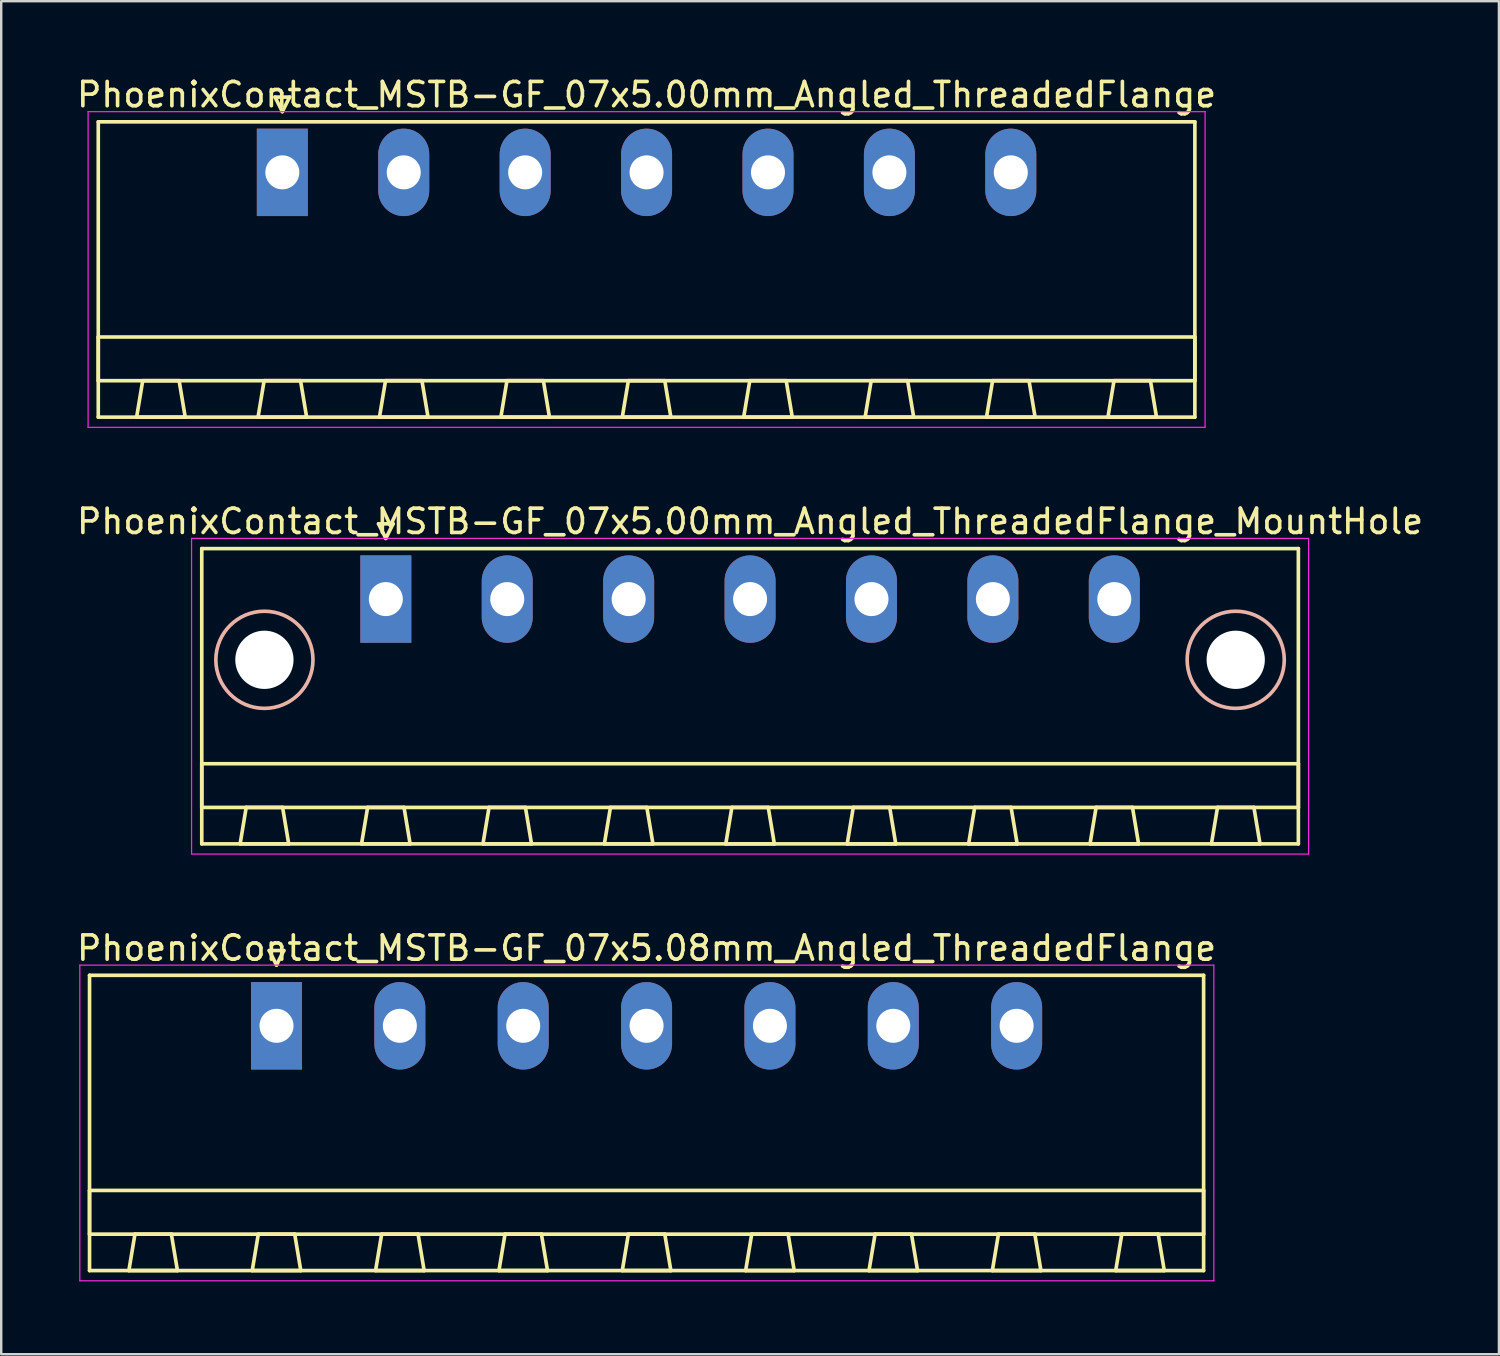
<source format=kicad_pcb>
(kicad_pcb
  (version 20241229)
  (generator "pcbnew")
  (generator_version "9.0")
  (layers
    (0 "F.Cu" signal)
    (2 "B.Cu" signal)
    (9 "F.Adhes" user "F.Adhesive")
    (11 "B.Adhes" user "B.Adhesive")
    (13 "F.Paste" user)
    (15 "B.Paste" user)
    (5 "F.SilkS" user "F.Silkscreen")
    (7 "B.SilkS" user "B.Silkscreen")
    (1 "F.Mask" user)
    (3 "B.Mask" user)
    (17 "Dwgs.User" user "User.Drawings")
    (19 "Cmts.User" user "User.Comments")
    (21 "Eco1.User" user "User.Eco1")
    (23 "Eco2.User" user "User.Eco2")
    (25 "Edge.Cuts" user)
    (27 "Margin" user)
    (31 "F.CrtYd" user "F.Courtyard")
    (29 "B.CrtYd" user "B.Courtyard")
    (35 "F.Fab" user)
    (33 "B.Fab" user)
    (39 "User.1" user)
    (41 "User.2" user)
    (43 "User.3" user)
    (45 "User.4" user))
  (footprint "PhoenixContact_MSTB-GF_07x5.00mm_Angled_ThreadedFlange_MountHole"
    (layer "F.Cu")
    (at 12.839 21.622)
    (property "Reference" "PhoenixContact_MSTB-GF_07x5.00mm_Angled_ThreadedFlange_MountHole" (at 15 -3.2 0) (layer "F.SilkS") (effects (font (size 1 1) (thickness 0.15))))
    (attr through_hole)
    (fp_line (start -7.58 -2.08) (end -7.58 10.08) (stroke (width 0.15) (type solid)) (layer "F.SilkS"))
    (fp_line (start -7.58 6.78) (end 37.58 6.78) (stroke (width 0.15) (type solid)) (layer "F.SilkS"))
    (fp_line (start -7.58 8.58) (end -7.58 6.78) (stroke (width 0.15) (type solid)) (layer "F.SilkS"))
    (fp_line (start -7.58 10.08) (end 37.58 10.08) (stroke (width 0.15) (type solid)) (layer "F.SilkS"))
    (fp_line (start -6 10.08) (end -4 10.08) (stroke (width 0.15) (type solid)) (layer "F.SilkS"))
    (fp_line (start -5.75 8.58) (end -6 10.08) (stroke (width 0.15) (type solid)) (layer "F.SilkS"))
    (fp_line (start -4.25 8.58) (end -5.75 8.58) (stroke (width 0.15) (type solid)) (layer "F.SilkS"))
    (fp_line (start -4 10.08) (end -4.25 8.58) (stroke (width 0.15) (type solid)) (layer "F.SilkS"))
    (fp_line (start -1 10.08) (end 1 10.08) (stroke (width 0.15) (type solid)) (layer "F.SilkS"))
    (fp_line (start -0.75 8.58) (end -1 10.08) (stroke (width 0.15) (type solid)) (layer "F.SilkS"))
    (fp_line (start -0.3 -3.1) (end 0 -2.5) (stroke (width 0.15) (type solid)) (layer "F.SilkS"))
    (fp_line (start 0 -2.5) (end 0.3 -3.1) (stroke (width 0.15) (type solid)) (layer "F.SilkS"))
    (fp_line (start 0.3 -3.1) (end -0.3 -3.1) (stroke (width 0.15) (type solid)) (layer "F.SilkS"))
    (fp_line (start 0.75 8.58) (end -0.75 8.58) (stroke (width 0.15) (type solid)) (layer "F.SilkS"))
    (fp_line (start 1 10.08) (end 0.75 8.58) (stroke (width 0.15) (type solid)) (layer "F.SilkS"))
    (fp_line (start 4 10.08) (end 6 10.08) (stroke (width 0.15) (type solid)) (layer "F.SilkS"))
    (fp_line (start 4.25 8.58) (end 4 10.08) (stroke (width 0.15) (type solid)) (layer "F.SilkS"))
    (fp_line (start 5.75 8.58) (end 4.25 8.58) (stroke (width 0.15) (type solid)) (layer "F.SilkS"))
    (fp_line (start 6 10.08) (end 5.75 8.58) (stroke (width 0.15) (type solid)) (layer "F.SilkS"))
    (fp_line (start 9 10.08) (end 11 10.08) (stroke (width 0.15) (type solid)) (layer "F.SilkS"))
    (fp_line (start 9.25 8.58) (end 9 10.08) (stroke (width 0.15) (type solid)) (layer "F.SilkS"))
    (fp_line (start 10.75 8.58) (end 9.25 8.58) (stroke (width 0.15) (type solid)) (layer "F.SilkS"))
    (fp_line (start 11 10.08) (end 10.75 8.58) (stroke (width 0.15) (type solid)) (layer "F.SilkS"))
    (fp_line (start 14 10.08) (end 16 10.08) (stroke (width 0.15) (type solid)) (layer "F.SilkS"))
    (fp_line (start 14.25 8.58) (end 14 10.08) (stroke (width 0.15) (type solid)) (layer "F.SilkS"))
    (fp_line (start 15.75 8.58) (end 14.25 8.58) (stroke (width 0.15) (type solid)) (layer "F.SilkS"))
    (fp_line (start 16 10.08) (end 15.75 8.58) (stroke (width 0.15) (type solid)) (layer "F.SilkS"))
    (fp_line (start 19 10.08) (end 21 10.08) (stroke (width 0.15) (type solid)) (layer "F.SilkS"))
    (fp_line (start 19.25 8.58) (end 19 10.08) (stroke (width 0.15) (type solid)) (layer "F.SilkS"))
    (fp_line (start 20.75 8.58) (end 19.25 8.58) (stroke (width 0.15) (type solid)) (layer "F.SilkS"))
    (fp_line (start 21 10.08) (end 20.75 8.58) (stroke (width 0.15) (type solid)) (layer "F.SilkS"))
    (fp_line (start 24 10.08) (end 26 10.08) (stroke (width 0.15) (type solid)) (layer "F.SilkS"))
    (fp_line (start 24.25 8.58) (end 24 10.08) (stroke (width 0.15) (type solid)) (layer "F.SilkS"))
    (fp_line (start 25.75 8.58) (end 24.25 8.58) (stroke (width 0.15) (type solid)) (layer "F.SilkS"))
    (fp_line (start 26 10.08) (end 25.75 8.58) (stroke (width 0.15) (type solid)) (layer "F.SilkS"))
    (fp_line (start 29 10.08) (end 31 10.08) (stroke (width 0.15) (type solid)) (layer "F.SilkS"))
    (fp_line (start 29.25 8.58) (end 29 10.08) (stroke (width 0.15) (type solid)) (layer "F.SilkS"))
    (fp_line (start 30.75 8.58) (end 29.25 8.58) (stroke (width 0.15) (type solid)) (layer "F.SilkS"))
    (fp_line (start 31 10.08) (end 30.75 8.58) (stroke (width 0.15) (type solid)) (layer "F.SilkS"))
    (fp_line (start 34 10.08) (end 36 10.08) (stroke (width 0.15) (type solid)) (layer "F.SilkS"))
    (fp_line (start 34.25 8.58) (end 34 10.08) (stroke (width 0.15) (type solid)) (layer "F.SilkS"))
    (fp_line (start 35.75 8.58) (end 34.25 8.58) (stroke (width 0.15) (type solid)) (layer "F.SilkS"))
    (fp_line (start 36 10.08) (end 35.75 8.58) (stroke (width 0.15) (type solid)) (layer "F.SilkS"))
    (fp_line (start 37.58 -2.08) (end -7.58 -2.08) (stroke (width 0.15) (type solid)) (layer "F.SilkS"))
    (fp_line (start 37.58 6.78) (end 37.58 8.58) (stroke (width 0.15) (type solid)) (layer "F.SilkS"))
    (fp_line (start 37.58 8.58) (end -7.58 8.58) (stroke (width 0.15) (type solid)) (layer "F.SilkS"))
    (fp_line (start 37.58 10.08) (end 37.58 -2.08) (stroke (width 0.15) (type solid)) (layer "F.SilkS"))
    (fp_circle (center -5 2.5) (end -3 2.5) (stroke (width 0.15) (type solid)) (fill no) (layer "B.SilkS"))
    (fp_circle (center 35 2.5) (end 37 2.5) (stroke (width 0.15) (type solid)) (fill no) (layer "B.SilkS"))
    (fp_line (start -8 -2.5) (end -8 10.5) (stroke (width 0.05) (type solid)) (layer "F.CrtYd"))
    (fp_line (start -8 10.5) (end 38 10.5) (stroke (width 0.05) (type solid)) (layer "F.CrtYd"))
    (fp_line (start 38 -2.5) (end -8 -2.5) (stroke (width 0.05) (type solid)) (layer "F.CrtYd"))
    (fp_line (start 38 10.5) (end 38 -2.5) (stroke (width 0.05) (type solid)) (layer "F.CrtYd"))
    (pad "" np_thru_hole circle (at -5 2.5) (size 2.4 2.4) (drill 2.4) (layers "*.Cu" "*.Mask"))
    (pad "" np_thru_hole circle (at 35 2.5) (size 2.4 2.4) (drill 2.4) (layers "*.Cu" "*.Mask"))
    (pad "1" thru_hole rect (at 0 0) (size 2.1 3.6) (drill 1.4) (layers "*.Cu" "*.Mask"))
    (pad "2" thru_hole oval (at 5 0) (size 2.1 3.6) (drill 1.4) (layers "*.Cu" "*.Mask"))
    (pad "3" thru_hole oval (at 10 0) (size 2.1 3.6) (drill 1.4) (layers "*.Cu" "*.Mask"))
    (pad "4" thru_hole oval (at 15 0) (size 2.1 3.6) (drill 1.4) (layers "*.Cu" "*.Mask"))
    (pad "5" thru_hole oval (at 20 0) (size 2.1 3.6) (drill 1.4) (layers "*.Cu" "*.Mask"))
    (pad "6" thru_hole oval (at 25 0) (size 2.1 3.6) (drill 1.4) (layers "*.Cu" "*.Mask"))
    (pad "7" thru_hole oval (at 30 0) (size 2.1 3.6) (drill 1.4) (layers "*.Cu" "*.Mask")))
  (footprint "PhoenixContact_MSTB-GF_07x5.00mm_Angled_ThreadedFlange"
    (layer "F.Cu")
    (at 8.577 4.048)
    (property "Reference" "PhoenixContact_MSTB-GF_07x5.00mm_Angled_ThreadedFlange" (at 15 -3.2 0) (layer "F.SilkS") (effects (font (size 1 1) (thickness 0.15))))
    (attr through_hole)
    (fp_line (start -7.58 -2.08) (end -7.58 10.08) (stroke (width 0.15) (type solid)) (layer "F.SilkS"))
    (fp_line (start -7.58 6.78) (end 37.58 6.78) (stroke (width 0.15) (type solid)) (layer "F.SilkS"))
    (fp_line (start -7.58 8.58) (end -7.58 6.78) (stroke (width 0.15) (type solid)) (layer "F.SilkS"))
    (fp_line (start -7.58 10.08) (end 37.58 10.08) (stroke (width 0.15) (type solid)) (layer "F.SilkS"))
    (fp_line (start -6 10.08) (end -4 10.08) (stroke (width 0.15) (type solid)) (layer "F.SilkS"))
    (fp_line (start -5.75 8.58) (end -6 10.08) (stroke (width 0.15) (type solid)) (layer "F.SilkS"))
    (fp_line (start -4.25 8.58) (end -5.75 8.58) (stroke (width 0.15) (type solid)) (layer "F.SilkS"))
    (fp_line (start -4 10.08) (end -4.25 8.58) (stroke (width 0.15) (type solid)) (layer "F.SilkS"))
    (fp_line (start -1 10.08) (end 1 10.08) (stroke (width 0.15) (type solid)) (layer "F.SilkS"))
    (fp_line (start -0.75 8.58) (end -1 10.08) (stroke (width 0.15) (type solid)) (layer "F.SilkS"))
    (fp_line (start -0.3 -3.1) (end 0 -2.5) (stroke (width 0.15) (type solid)) (layer "F.SilkS"))
    (fp_line (start 0 -2.5) (end 0.3 -3.1) (stroke (width 0.15) (type solid)) (layer "F.SilkS"))
    (fp_line (start 0.3 -3.1) (end -0.3 -3.1) (stroke (width 0.15) (type solid)) (layer "F.SilkS"))
    (fp_line (start 0.75 8.58) (end -0.75 8.58) (stroke (width 0.15) (type solid)) (layer "F.SilkS"))
    (fp_line (start 1 10.08) (end 0.75 8.58) (stroke (width 0.15) (type solid)) (layer "F.SilkS"))
    (fp_line (start 4 10.08) (end 6 10.08) (stroke (width 0.15) (type solid)) (layer "F.SilkS"))
    (fp_line (start 4.25 8.58) (end 4 10.08) (stroke (width 0.15) (type solid)) (layer "F.SilkS"))
    (fp_line (start 5.75 8.58) (end 4.25 8.58) (stroke (width 0.15) (type solid)) (layer "F.SilkS"))
    (fp_line (start 6 10.08) (end 5.75 8.58) (stroke (width 0.15) (type solid)) (layer "F.SilkS"))
    (fp_line (start 9 10.08) (end 11 10.08) (stroke (width 0.15) (type solid)) (layer "F.SilkS"))
    (fp_line (start 9.25 8.58) (end 9 10.08) (stroke (width 0.15) (type solid)) (layer "F.SilkS"))
    (fp_line (start 10.75 8.58) (end 9.25 8.58) (stroke (width 0.15) (type solid)) (layer "F.SilkS"))
    (fp_line (start 11 10.08) (end 10.75 8.58) (stroke (width 0.15) (type solid)) (layer "F.SilkS"))
    (fp_line (start 14 10.08) (end 16 10.08) (stroke (width 0.15) (type solid)) (layer "F.SilkS"))
    (fp_line (start 14.25 8.58) (end 14 10.08) (stroke (width 0.15) (type solid)) (layer "F.SilkS"))
    (fp_line (start 15.75 8.58) (end 14.25 8.58) (stroke (width 0.15) (type solid)) (layer "F.SilkS"))
    (fp_line (start 16 10.08) (end 15.75 8.58) (stroke (width 0.15) (type solid)) (layer "F.SilkS"))
    (fp_line (start 19 10.08) (end 21 10.08) (stroke (width 0.15) (type solid)) (layer "F.SilkS"))
    (fp_line (start 19.25 8.58) (end 19 10.08) (stroke (width 0.15) (type solid)) (layer "F.SilkS"))
    (fp_line (start 20.75 8.58) (end 19.25 8.58) (stroke (width 0.15) (type solid)) (layer "F.SilkS"))
    (fp_line (start 21 10.08) (end 20.75 8.58) (stroke (width 0.15) (type solid)) (layer "F.SilkS"))
    (fp_line (start 24 10.08) (end 26 10.08) (stroke (width 0.15) (type solid)) (layer "F.SilkS"))
    (fp_line (start 24.25 8.58) (end 24 10.08) (stroke (width 0.15) (type solid)) (layer "F.SilkS"))
    (fp_line (start 25.75 8.58) (end 24.25 8.58) (stroke (width 0.15) (type solid)) (layer "F.SilkS"))
    (fp_line (start 26 10.08) (end 25.75 8.58) (stroke (width 0.15) (type solid)) (layer "F.SilkS"))
    (fp_line (start 29 10.08) (end 31 10.08) (stroke (width 0.15) (type solid)) (layer "F.SilkS"))
    (fp_line (start 29.25 8.58) (end 29 10.08) (stroke (width 0.15) (type solid)) (layer "F.SilkS"))
    (fp_line (start 30.75 8.58) (end 29.25 8.58) (stroke (width 0.15) (type solid)) (layer "F.SilkS"))
    (fp_line (start 31 10.08) (end 30.75 8.58) (stroke (width 0.15) (type solid)) (layer "F.SilkS"))
    (fp_line (start 34 10.08) (end 36 10.08) (stroke (width 0.15) (type solid)) (layer "F.SilkS"))
    (fp_line (start 34.25 8.58) (end 34 10.08) (stroke (width 0.15) (type solid)) (layer "F.SilkS"))
    (fp_line (start 35.75 8.58) (end 34.25 8.58) (stroke (width 0.15) (type solid)) (layer "F.SilkS"))
    (fp_line (start 36 10.08) (end 35.75 8.58) (stroke (width 0.15) (type solid)) (layer "F.SilkS"))
    (fp_line (start 37.58 -2.08) (end -7.58 -2.08) (stroke (width 0.15) (type solid)) (layer "F.SilkS"))
    (fp_line (start 37.58 6.78) (end 37.58 8.58) (stroke (width 0.15) (type solid)) (layer "F.SilkS"))
    (fp_line (start 37.58 8.58) (end -7.58 8.58) (stroke (width 0.15) (type solid)) (layer "F.SilkS"))
    (fp_line (start 37.58 10.08) (end 37.58 -2.08) (stroke (width 0.15) (type solid)) (layer "F.SilkS"))
    (fp_line (start -8 -2.5) (end -8 10.5) (stroke (width 0.05) (type solid)) (layer "F.CrtYd"))
    (fp_line (start -8 10.5) (end 38 10.5) (stroke (width 0.05) (type solid)) (layer "F.CrtYd"))
    (fp_line (start 38 -2.5) (end -8 -2.5) (stroke (width 0.05) (type solid)) (layer "F.CrtYd"))
    (fp_line (start 38 10.5) (end 38 -2.5) (stroke (width 0.05) (type solid)) (layer "F.CrtYd"))
    (pad "1" thru_hole rect (at 0 0) (size 2.1 3.6) (drill 1.4) (layers "*.Cu" "*.Mask"))
    (pad "2" thru_hole oval (at 5 0) (size 2.1 3.6) (drill 1.4) (layers "*.Cu" "*.Mask"))
    (pad "3" thru_hole oval (at 10 0) (size 2.1 3.6) (drill 1.4) (layers "*.Cu" "*.Mask"))
    (pad "4" thru_hole oval (at 15 0) (size 2.1 3.6) (drill 1.4) (layers "*.Cu" "*.Mask"))
    (pad "5" thru_hole oval (at 20 0) (size 2.1 3.6) (drill 1.4) (layers "*.Cu" "*.Mask"))
    (pad "6" thru_hole oval (at 25 0) (size 2.1 3.6) (drill 1.4) (layers "*.Cu" "*.Mask"))
    (pad "7" thru_hole oval (at 30 0) (size 2.1 3.6) (drill 1.4) (layers "*.Cu" "*.Mask")))
  (footprint "PhoenixContact_MSTB-GF_07x5.08mm_Angled_ThreadedFlange"
    (layer "F.Cu")
    (at 8.337 39.195)
    (property "Reference" "PhoenixContact_MSTB-GF_07x5.08mm_Angled_ThreadedFlange" (at 15.24 -3.2 0) (layer "F.SilkS") (effects (font (size 1 1) (thickness 0.15))))
    (attr through_hole)
    (fp_line (start -7.7 -2.08) (end -7.7 10.08) (stroke (width 0.15) (type solid)) (layer "F.SilkS"))
    (fp_line (start -7.7 6.78) (end 38.18 6.78) (stroke (width 0.15) (type solid)) (layer "F.SilkS"))
    (fp_line (start -7.7 8.58) (end -7.7 6.78) (stroke (width 0.15) (type solid)) (layer "F.SilkS"))
    (fp_line (start -7.7 10.08) (end 38.18 10.08) (stroke (width 0.15) (type solid)) (layer "F.SilkS"))
    (fp_line (start -6.08 10.08) (end -4.08 10.08) (stroke (width 0.15) (type solid)) (layer "F.SilkS"))
    (fp_line (start -5.83 8.58) (end -6.08 10.08) (stroke (width 0.15) (type solid)) (layer "F.SilkS"))
    (fp_line (start -4.33 8.58) (end -5.83 8.58) (stroke (width 0.15) (type solid)) (layer "F.SilkS"))
    (fp_line (start -4.08 10.08) (end -4.33 8.58) (stroke (width 0.15) (type solid)) (layer "F.SilkS"))
    (fp_line (start -1 10.08) (end 1 10.08) (stroke (width 0.15) (type solid)) (layer "F.SilkS"))
    (fp_line (start -0.75 8.58) (end -1 10.08) (stroke (width 0.15) (type solid)) (layer "F.SilkS"))
    (fp_line (start -0.3 -3.1) (end 0 -2.5) (stroke (width 0.15) (type solid)) (layer "F.SilkS"))
    (fp_line (start 0 -2.5) (end 0.3 -3.1) (stroke (width 0.15) (type solid)) (layer "F.SilkS"))
    (fp_line (start 0.3 -3.1) (end -0.3 -3.1) (stroke (width 0.15) (type solid)) (layer "F.SilkS"))
    (fp_line (start 0.75 8.58) (end -0.75 8.58) (stroke (width 0.15) (type solid)) (layer "F.SilkS"))
    (fp_line (start 1 10.08) (end 0.75 8.58) (stroke (width 0.15) (type solid)) (layer "F.SilkS"))
    (fp_line (start 4.08 10.08) (end 6.08 10.08) (stroke (width 0.15) (type solid)) (layer "F.SilkS"))
    (fp_line (start 4.33 8.58) (end 4.08 10.08) (stroke (width 0.15) (type solid)) (layer "F.SilkS"))
    (fp_line (start 5.83 8.58) (end 4.33 8.58) (stroke (width 0.15) (type solid)) (layer "F.SilkS"))
    (fp_line (start 6.08 10.08) (end 5.83 8.58) (stroke (width 0.15) (type solid)) (layer "F.SilkS"))
    (fp_line (start 9.16 10.08) (end 11.16 10.08) (stroke (width 0.15) (type solid)) (layer "F.SilkS"))
    (fp_line (start 9.41 8.58) (end 9.16 10.08) (stroke (width 0.15) (type solid)) (layer "F.SilkS"))
    (fp_line (start 10.91 8.58) (end 9.41 8.58) (stroke (width 0.15) (type solid)) (layer "F.SilkS"))
    (fp_line (start 11.16 10.08) (end 10.91 8.58) (stroke (width 0.15) (type solid)) (layer "F.SilkS"))
    (fp_line (start 14.24 10.08) (end 16.24 10.08) (stroke (width 0.15) (type solid)) (layer "F.SilkS"))
    (fp_line (start 14.49 8.58) (end 14.24 10.08) (stroke (width 0.15) (type solid)) (layer "F.SilkS"))
    (fp_line (start 15.99 8.58) (end 14.49 8.58) (stroke (width 0.15) (type solid)) (layer "F.SilkS"))
    (fp_line (start 16.24 10.08) (end 15.99 8.58) (stroke (width 0.15) (type solid)) (layer "F.SilkS"))
    (fp_line (start 19.32 10.08) (end 21.32 10.08) (stroke (width 0.15) (type solid)) (layer "F.SilkS"))
    (fp_line (start 19.57 8.58) (end 19.32 10.08) (stroke (width 0.15) (type solid)) (layer "F.SilkS"))
    (fp_line (start 21.07 8.58) (end 19.57 8.58) (stroke (width 0.15) (type solid)) (layer "F.SilkS"))
    (fp_line (start 21.32 10.08) (end 21.07 8.58) (stroke (width 0.15) (type solid)) (layer "F.SilkS"))
    (fp_line (start 24.4 10.08) (end 26.4 10.08) (stroke (width 0.15) (type solid)) (layer "F.SilkS"))
    (fp_line (start 24.65 8.58) (end 24.4 10.08) (stroke (width 0.15) (type solid)) (layer "F.SilkS"))
    (fp_line (start 26.15 8.58) (end 24.65 8.58) (stroke (width 0.15) (type solid)) (layer "F.SilkS"))
    (fp_line (start 26.4 10.08) (end 26.15 8.58) (stroke (width 0.15) (type solid)) (layer "F.SilkS"))
    (fp_line (start 29.48 10.08) (end 31.48 10.08) (stroke (width 0.15) (type solid)) (layer "F.SilkS"))
    (fp_line (start 29.73 8.58) (end 29.48 10.08) (stroke (width 0.15) (type solid)) (layer "F.SilkS"))
    (fp_line (start 31.23 8.58) (end 29.73 8.58) (stroke (width 0.15) (type solid)) (layer "F.SilkS"))
    (fp_line (start 31.48 10.08) (end 31.23 8.58) (stroke (width 0.15) (type solid)) (layer "F.SilkS"))
    (fp_line (start 34.56 10.08) (end 36.56 10.08) (stroke (width 0.15) (type solid)) (layer "F.SilkS"))
    (fp_line (start 34.81 8.58) (end 34.56 10.08) (stroke (width 0.15) (type solid)) (layer "F.SilkS"))
    (fp_line (start 36.31 8.58) (end 34.81 8.58) (stroke (width 0.15) (type solid)) (layer "F.SilkS"))
    (fp_line (start 36.56 10.08) (end 36.31 8.58) (stroke (width 0.15) (type solid)) (layer "F.SilkS"))
    (fp_line (start 38.18 -2.08) (end -7.7 -2.08) (stroke (width 0.15) (type solid)) (layer "F.SilkS"))
    (fp_line (start 38.18 6.78) (end 38.18 8.58) (stroke (width 0.15) (type solid)) (layer "F.SilkS"))
    (fp_line (start 38.18 8.58) (end -7.7 8.58) (stroke (width 0.15) (type solid)) (layer "F.SilkS"))
    (fp_line (start 38.18 10.08) (end 38.18 -2.08) (stroke (width 0.15) (type solid)) (layer "F.SilkS"))
    (fp_line (start -8.1 -2.5) (end -8.1 10.5) (stroke (width 0.05) (type solid)) (layer "F.CrtYd"))
    (fp_line (start -8.1 10.5) (end 38.6 10.5) (stroke (width 0.05) (type solid)) (layer "F.CrtYd"))
    (fp_line (start 38.6 -2.5) (end -8.1 -2.5) (stroke (width 0.05) (type solid)) (layer "F.CrtYd"))
    (fp_line (start 38.6 10.5) (end 38.6 -2.5) (stroke (width 0.05) (type solid)) (layer "F.CrtYd"))
    (pad "1" thru_hole rect (at 0 0) (size 2.1 3.6) (drill 1.4) (layers "*.Cu" "*.Mask"))
    (pad "2" thru_hole oval (at 5.08 0) (size 2.1 3.6) (drill 1.4) (layers "*.Cu" "*.Mask"))
    (pad "3" thru_hole oval (at 10.16 0) (size 2.1 3.6) (drill 1.4) (layers "*.Cu" "*.Mask"))
    (pad "4" thru_hole oval (at 15.24 0) (size 2.1 3.6) (drill 1.4) (layers "*.Cu" "*.Mask"))
    (pad "5" thru_hole oval (at 20.32 0) (size 2.1 3.6) (drill 1.4) (layers "*.Cu" "*.Mask"))
    (pad "6" thru_hole oval (at 25.4 0) (size 2.1 3.6) (drill 1.4) (layers "*.Cu" "*.Mask"))
    (pad "7" thru_hole oval (at 30.48 0) (size 2.1 3.6) (drill 1.4) (layers "*.Cu" "*.Mask")))
  (gr_rect
    (start -3 -3)
    (end 58.679 52.72)
    (stroke (width 0.1) (type default))
    (fill no)
    (layer "Edge.Cuts")))
</source>
